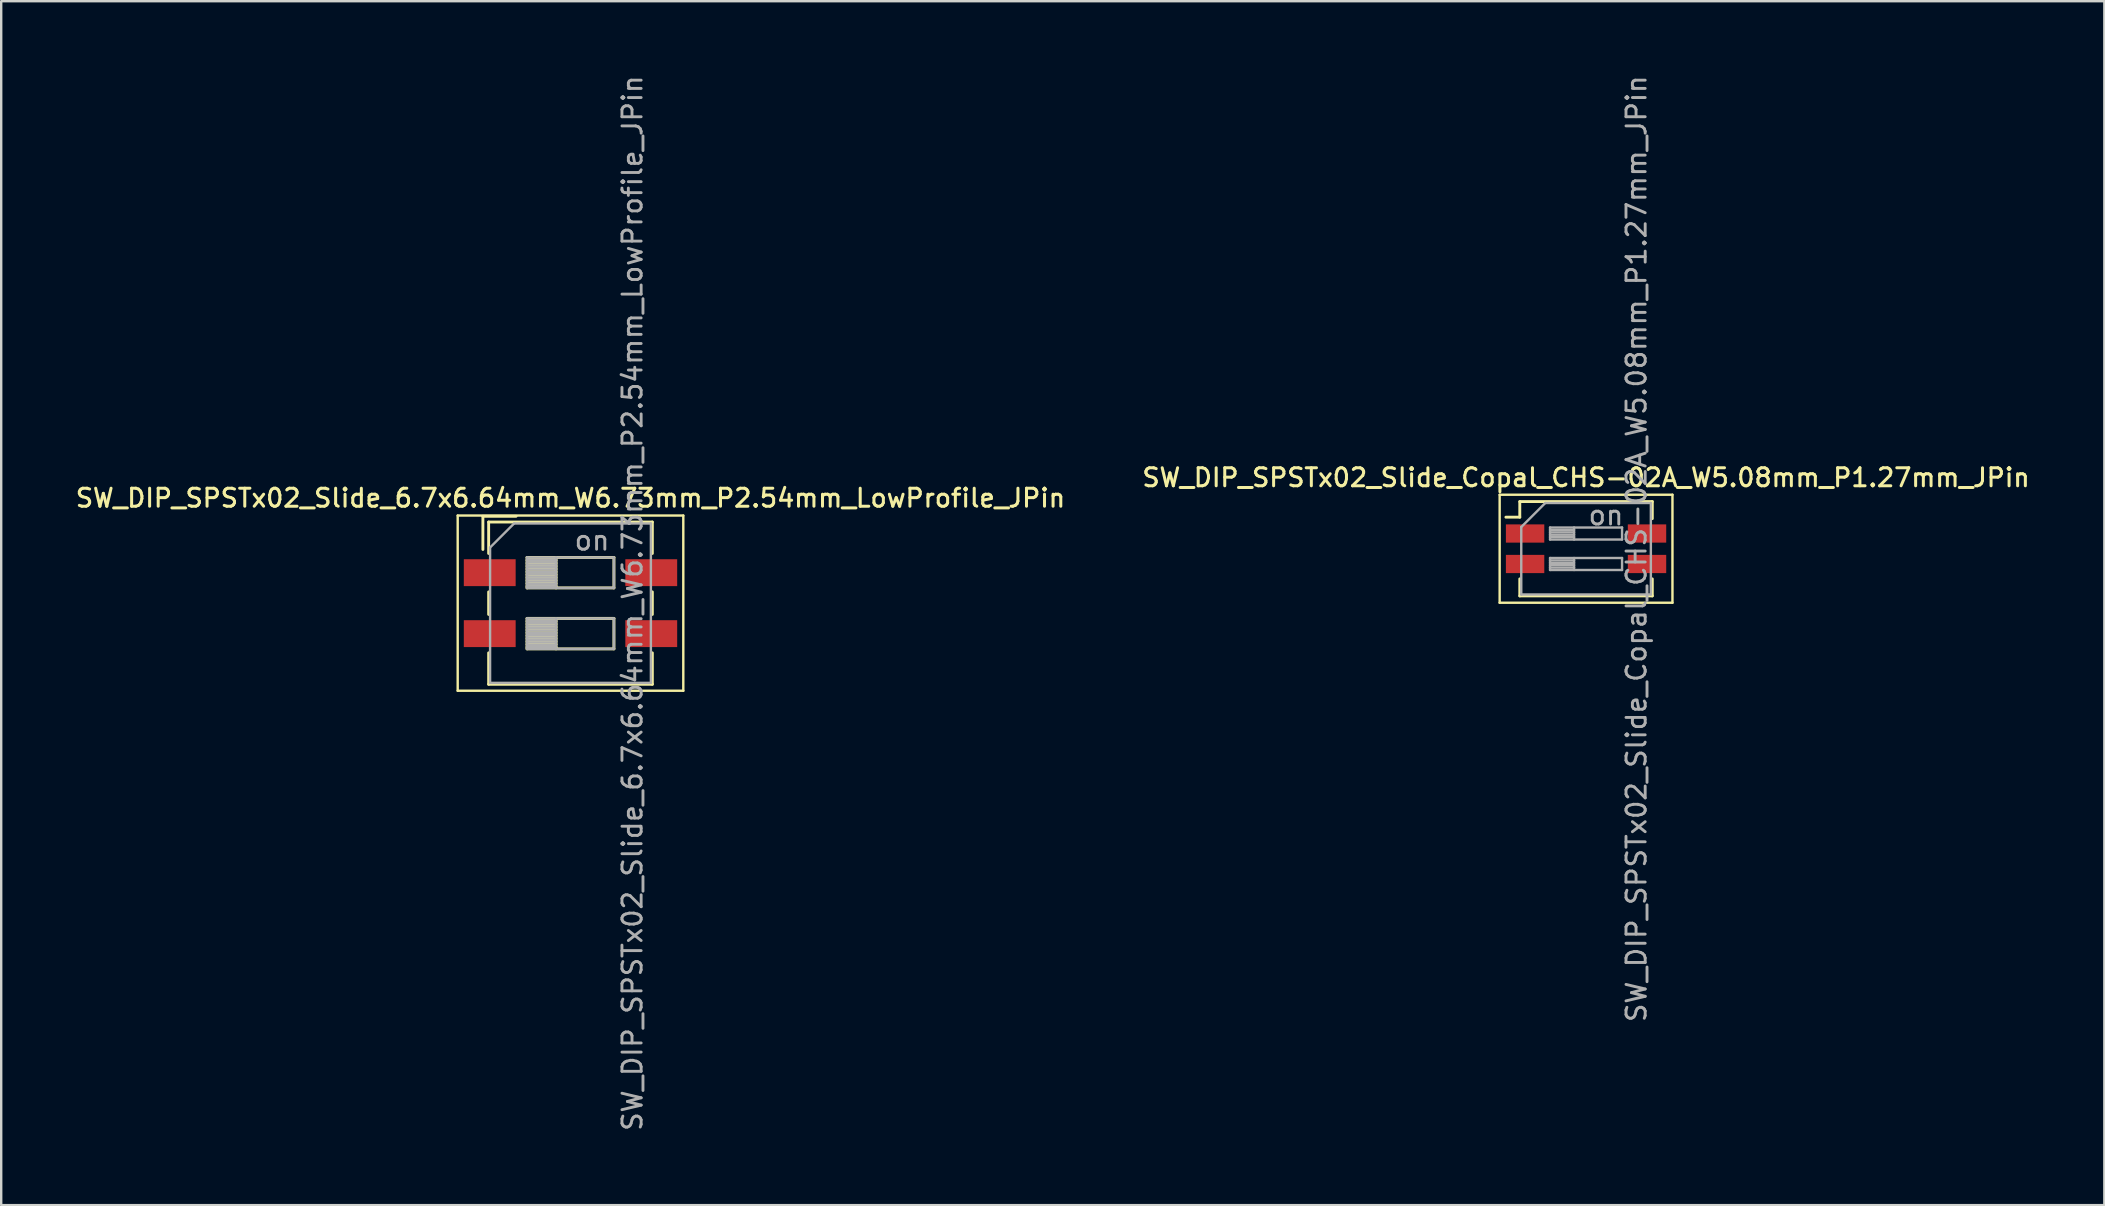
<source format=kicad_pcb>
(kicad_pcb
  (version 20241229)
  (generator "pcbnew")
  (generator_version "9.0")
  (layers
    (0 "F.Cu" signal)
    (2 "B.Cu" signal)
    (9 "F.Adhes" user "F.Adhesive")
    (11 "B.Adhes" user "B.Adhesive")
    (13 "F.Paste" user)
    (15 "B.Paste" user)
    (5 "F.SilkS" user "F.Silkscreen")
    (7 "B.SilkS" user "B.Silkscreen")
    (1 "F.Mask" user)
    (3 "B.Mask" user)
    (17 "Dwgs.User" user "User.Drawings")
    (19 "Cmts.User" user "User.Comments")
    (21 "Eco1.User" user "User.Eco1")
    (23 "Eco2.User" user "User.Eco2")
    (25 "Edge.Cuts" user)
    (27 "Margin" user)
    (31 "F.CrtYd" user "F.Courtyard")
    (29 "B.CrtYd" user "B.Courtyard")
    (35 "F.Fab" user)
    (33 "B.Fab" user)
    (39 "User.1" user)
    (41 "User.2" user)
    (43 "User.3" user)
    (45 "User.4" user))
  (footprint "SW_DIP_SPSTx02_Slide_6.7x6.64mm_W6.73mm_P2.54mm_LowProfile_JPin"
    (layer "F.Cu")
    (at 20.72 22.081)
    (property "Reference" "SW_DIP_SPSTx02_Slide_6.7x6.64mm_W6.73mm_P2.54mm_LowProfile_JPin" (at 0 -4.38 0) (layer "F.SilkS") (effects (font (size 0.75 0.75) (thickness 0.125))))
    (attr smd)
    (fp_line (start -4.7 -3.65) (end -4.7 3.65) (stroke (width 0.1) (type solid)) (layer "F.SilkS"))
    (fp_line (start -4.7 3.65) (end 4.7 3.65) (stroke (width 0.1) (type solid)) (layer "F.SilkS"))
    (fp_line (start -3.65 -3.62) (end -3.65 -2.237) (stroke (width 0.12) (type solid)) (layer "F.SilkS"))
    (fp_line (start -3.65 -3.62) (end -2.267 -3.62) (stroke (width 0.12) (type solid)) (layer "F.SilkS"))
    (fp_line (start -3.41 -3.38) (end -3.41 -2.07) (stroke (width 0.12) (type solid)) (layer "F.SilkS"))
    (fp_line (start -3.41 -3.38) (end 3.41 -3.38) (stroke (width 0.12) (type solid)) (layer "F.SilkS"))
    (fp_line (start -3.41 -0.47) (end -3.41 0.47) (stroke (width 0.12) (type solid)) (layer "F.SilkS"))
    (fp_line (start -3.41 2.07) (end -3.41 3.38) (stroke (width 0.12) (type solid)) (layer "F.SilkS"))
    (fp_line (start -3.41 3.38) (end 3.41 3.38) (stroke (width 0.12) (type solid)) (layer "F.SilkS"))
    (fp_line (start -1.81 -1.905) (end -1.81 -0.635) (stroke (width 0.12) (type solid)) (layer "F.SilkS"))
    (fp_line (start -1.81 -1.785) (end -0.603 -1.785) (stroke (width 0.12) (type solid)) (layer "F.SilkS"))
    (fp_line (start -1.81 -1.665) (end -0.603 -1.665) (stroke (width 0.12) (type solid)) (layer "F.SilkS"))
    (fp_line (start -1.81 -1.545) (end -0.603 -1.545) (stroke (width 0.12) (type solid)) (layer "F.SilkS"))
    (fp_line (start -1.81 -1.425) (end -0.603 -1.425) (stroke (width 0.12) (type solid)) (layer "F.SilkS"))
    (fp_line (start -1.81 -1.305) (end -0.603 -1.305) (stroke (width 0.12) (type solid)) (layer "F.SilkS"))
    (fp_line (start -1.81 -1.185) (end -0.603 -1.185) (stroke (width 0.12) (type solid)) (layer "F.SilkS"))
    (fp_line (start -1.81 -1.065) (end -0.603 -1.065) (stroke (width 0.12) (type solid)) (layer "F.SilkS"))
    (fp_line (start -1.81 -0.945) (end -0.603 -0.945) (stroke (width 0.12) (type solid)) (layer "F.SilkS"))
    (fp_line (start -1.81 -0.825) (end -0.603 -0.825) (stroke (width 0.12) (type solid)) (layer "F.SilkS"))
    (fp_line (start -1.81 -0.705) (end -0.603 -0.705) (stroke (width 0.12) (type solid)) (layer "F.SilkS"))
    (fp_line (start -1.81 -0.635) (end 1.81 -0.635) (stroke (width 0.12) (type solid)) (layer "F.SilkS"))
    (fp_line (start -1.81 0.635) (end -1.81 1.905) (stroke (width 0.12) (type solid)) (layer "F.SilkS"))
    (fp_line (start -1.81 0.755) (end -0.603 0.755) (stroke (width 0.12) (type solid)) (layer "F.SilkS"))
    (fp_line (start -1.81 0.875) (end -0.603 0.875) (stroke (width 0.12) (type solid)) (layer "F.SilkS"))
    (fp_line (start -1.81 0.995) (end -0.603 0.995) (stroke (width 0.12) (type solid)) (layer "F.SilkS"))
    (fp_line (start -1.81 1.115) (end -0.603 1.115) (stroke (width 0.12) (type solid)) (layer "F.SilkS"))
    (fp_line (start -1.81 1.235) (end -0.603 1.235) (stroke (width 0.12) (type solid)) (layer "F.SilkS"))
    (fp_line (start -1.81 1.355) (end -0.603 1.355) (stroke (width 0.12) (type solid)) (layer "F.SilkS"))
    (fp_line (start -1.81 1.475) (end -0.603 1.475) (stroke (width 0.12) (type solid)) (layer "F.SilkS"))
    (fp_line (start -1.81 1.595) (end -0.603 1.595) (stroke (width 0.12) (type solid)) (layer "F.SilkS"))
    (fp_line (start -1.81 1.715) (end -0.603 1.715) (stroke (width 0.12) (type solid)) (layer "F.SilkS"))
    (fp_line (start -1.81 1.835) (end -0.603 1.835) (stroke (width 0.12) (type solid)) (layer "F.SilkS"))
    (fp_line (start -1.81 1.905) (end 1.81 1.905) (stroke (width 0.12) (type solid)) (layer "F.SilkS"))
    (fp_line (start -0.603 -1.905) (end -0.603 -0.635) (stroke (width 0.12) (type solid)) (layer "F.SilkS"))
    (fp_line (start -0.603 0.635) (end -0.603 1.905) (stroke (width 0.12) (type solid)) (layer "F.SilkS"))
    (fp_line (start 1.81 -1.905) (end -1.81 -1.905) (stroke (width 0.12) (type solid)) (layer "F.SilkS"))
    (fp_line (start 1.81 -0.635) (end 1.81 -1.905) (stroke (width 0.12) (type solid)) (layer "F.SilkS"))
    (fp_line (start 1.81 0.635) (end -1.81 0.635) (stroke (width 0.12) (type solid)) (layer "F.SilkS"))
    (fp_line (start 1.81 1.905) (end 1.81 0.635) (stroke (width 0.12) (type solid)) (layer "F.SilkS"))
    (fp_line (start 3.41 -3.38) (end 3.41 -2.07) (stroke (width 0.12) (type solid)) (layer "F.SilkS"))
    (fp_line (start 3.41 -0.47) (end 3.41 0.47) (stroke (width 0.12) (type solid)) (layer "F.SilkS"))
    (fp_line (start 3.41 2.07) (end 3.41 3.38) (stroke (width 0.12) (type solid)) (layer "F.SilkS"))
    (fp_line (start 4.7 -3.65) (end -4.7 -3.65) (stroke (width 0.1) (type solid)) (layer "F.SilkS"))
    (fp_line (start 4.7 3.65) (end 4.7 -3.65) (stroke (width 0.1) (type solid)) (layer "F.SilkS"))
    (fp_line (start -3.35 -2.32) (end -2.35 -3.32) (stroke (width 0.1) (type solid)) (layer "F.Fab"))
    (fp_line (start -3.35 3.32) (end -3.35 -2.32) (stroke (width 0.1) (type solid)) (layer "F.Fab"))
    (fp_line (start -2.35 -3.32) (end 3.35 -3.32) (stroke (width 0.1) (type solid)) (layer "F.Fab"))
    (fp_line (start -1.81 -1.905) (end -1.81 -0.635) (stroke (width 0.1) (type solid)) (layer "F.Fab"))
    (fp_line (start -1.81 -1.805) (end -0.603 -1.805) (stroke (width 0.1) (type solid)) (layer "F.Fab"))
    (fp_line (start -1.81 -1.705) (end -0.603 -1.705) (stroke (width 0.1) (type solid)) (layer "F.Fab"))
    (fp_line (start -1.81 -1.605) (end -0.603 -1.605) (stroke (width 0.1) (type solid)) (layer "F.Fab"))
    (fp_line (start -1.81 -1.505) (end -0.603 -1.505) (stroke (width 0.1) (type solid)) (layer "F.Fab"))
    (fp_line (start -1.81 -1.405) (end -0.603 -1.405) (stroke (width 0.1) (type solid)) (layer "F.Fab"))
    (fp_line (start -1.81 -1.305) (end -0.603 -1.305) (stroke (width 0.1) (type solid)) (layer "F.Fab"))
    (fp_line (start -1.81 -1.205) (end -0.603 -1.205) (stroke (width 0.1) (type solid)) (layer "F.Fab"))
    (fp_line (start -1.81 -1.105) (end -0.603 -1.105) (stroke (width 0.1) (type solid)) (layer "F.Fab"))
    (fp_line (start -1.81 -1.005) (end -0.603 -1.005) (stroke (width 0.1) (type solid)) (layer "F.Fab"))
    (fp_line (start -1.81 -0.905) (end -0.603 -0.905) (stroke (width 0.1) (type solid)) (layer "F.Fab"))
    (fp_line (start -1.81 -0.805) (end -0.603 -0.805) (stroke (width 0.1) (type solid)) (layer "F.Fab"))
    (fp_line (start -1.81 -0.705) (end -0.603 -0.705) (stroke (width 0.1) (type solid)) (layer "F.Fab"))
    (fp_line (start -1.81 -0.635) (end 1.81 -0.635) (stroke (width 0.1) (type solid)) (layer "F.Fab"))
    (fp_line (start -1.81 0.635) (end -1.81 1.905) (stroke (width 0.1) (type solid)) (layer "F.Fab"))
    (fp_line (start -1.81 0.735) (end -0.603 0.735) (stroke (width 0.1) (type solid)) (layer "F.Fab"))
    (fp_line (start -1.81 0.835) (end -0.603 0.835) (stroke (width 0.1) (type solid)) (layer "F.Fab"))
    (fp_line (start -1.81 0.935) (end -0.603 0.935) (stroke (width 0.1) (type solid)) (layer "F.Fab"))
    (fp_line (start -1.81 1.035) (end -0.603 1.035) (stroke (width 0.1) (type solid)) (layer "F.Fab"))
    (fp_line (start -1.81 1.135) (end -0.603 1.135) (stroke (width 0.1) (type solid)) (layer "F.Fab"))
    (fp_line (start -1.81 1.235) (end -0.603 1.235) (stroke (width 0.1) (type solid)) (layer "F.Fab"))
    (fp_line (start -1.81 1.335) (end -0.603 1.335) (stroke (width 0.1) (type solid)) (layer "F.Fab"))
    (fp_line (start -1.81 1.435) (end -0.603 1.435) (stroke (width 0.1) (type solid)) (layer "F.Fab"))
    (fp_line (start -1.81 1.535) (end -0.603 1.535) (stroke (width 0.1) (type solid)) (layer "F.Fab"))
    (fp_line (start -1.81 1.635) (end -0.603 1.635) (stroke (width 0.1) (type solid)) (layer "F.Fab"))
    (fp_line (start -1.81 1.735) (end -0.603 1.735) (stroke (width 0.1) (type solid)) (layer "F.Fab"))
    (fp_line (start -1.81 1.835) (end -0.603 1.835) (stroke (width 0.1) (type solid)) (layer "F.Fab"))
    (fp_line (start -1.81 1.905) (end 1.81 1.905) (stroke (width 0.1) (type solid)) (layer "F.Fab"))
    (fp_line (start -0.603 -1.905) (end -0.603 -0.635) (stroke (width 0.1) (type solid)) (layer "F.Fab"))
    (fp_line (start -0.603 0.635) (end -0.603 1.905) (stroke (width 0.1) (type solid)) (layer "F.Fab"))
    (fp_line (start 1.81 -1.905) (end -1.81 -1.905) (stroke (width 0.1) (type solid)) (layer "F.Fab"))
    (fp_line (start 1.81 -0.635) (end 1.81 -1.905) (stroke (width 0.1) (type solid)) (layer "F.Fab"))
    (fp_line (start 1.81 0.635) (end -1.81 0.635) (stroke (width 0.1) (type solid)) (layer "F.Fab"))
    (fp_line (start 1.81 1.905) (end 1.81 0.635) (stroke (width 0.1) (type solid)) (layer "F.Fab"))
    (fp_line (start 3.35 -3.32) (end 3.35 3.32) (stroke (width 0.1) (type solid)) (layer "F.Fab"))
    (fp_line (start 3.35 3.32) (end -3.35 3.32) (stroke (width 0.1) (type solid)) (layer "F.Fab"))
    (fp_text user "${REFERENCE}" (at 2.58 0 90) (layer "F.Fab") (effects (font (size 0.8 0.8) (thickness 0.12))))
    (fp_text user "on" (at 0.897 -2.612 0) (layer "F.Fab") (effects (font (size 0.8 0.8) (thickness 0.12))))
    (pad "1" smd rect (at -3.365 -1.27) (size 2.16 1.12) (layers "F.Cu" "F.Mask" "F.Paste"))
    (pad "2" smd rect (at -3.365 1.27) (size 2.16 1.12) (layers "F.Cu" "F.Mask" "F.Paste"))
    (pad "3" smd rect (at 3.365 1.27) (size 2.16 1.12) (layers "F.Cu" "F.Mask" "F.Paste"))
    (pad "4" smd rect (at 3.365 -1.27) (size 2.16 1.12) (layers "F.Cu" "F.Mask" "F.Paste")))
  (footprint "SW_DIP_SPSTx02_Slide_Copal_CHS-02A_W5.08mm_P1.27mm_JPin"
    (layer "F.Cu")
    (at 63.034 19.814)
    (property "Reference" "SW_DIP_SPSTx02_Slide_Copal_CHS-02A_W5.08mm_P1.27mm_JPin" (at 0 -2.965 0) (layer "F.SilkS") (effects (font (size 0.75 0.75) (thickness 0.125))))
    (attr smd)
    (fp_line (start -3.6 -2.25) (end -3.6 2.25) (stroke (width 0.1) (type solid)) (layer "F.SilkS"))
    (fp_line (start -3.6 2.25) (end 3.6 2.25) (stroke (width 0.1) (type solid)) (layer "F.SilkS"))
    (fp_line (start -3.34 -1.315) (end -2.761 -1.315) (stroke (width 0.12) (type solid)) (layer "F.SilkS"))
    (fp_line (start -2.761 -1.965) (end -2.761 -1.315) (stroke (width 0.12) (type solid)) (layer "F.SilkS"))
    (fp_line (start -2.761 -1.965) (end 2.76 -1.965) (stroke (width 0.12) (type solid)) (layer "F.SilkS"))
    (fp_line (start -2.761 1.255) (end -2.761 1.965) (stroke (width 0.12) (type solid)) (layer "F.SilkS"))
    (fp_line (start -2.761 1.965) (end 2.76 1.965) (stroke (width 0.12) (type solid)) (layer "F.SilkS"))
    (fp_line (start 2.76 -1.965) (end 2.76 -1.255) (stroke (width 0.12) (type solid)) (layer "F.SilkS"))
    (fp_line (start 2.76 1.255) (end 2.76 1.965) (stroke (width 0.12) (type solid)) (layer "F.SilkS"))
    (fp_line (start 3.6 -2.25) (end -3.6 -2.25) (stroke (width 0.1) (type solid)) (layer "F.SilkS"))
    (fp_line (start 3.6 2.25) (end 3.6 -2.25) (stroke (width 0.1) (type solid)) (layer "F.SilkS"))
    (fp_line (start -2.7 -0.905) (end -1.7 -1.905) (stroke (width 0.1) (type solid)) (layer "F.Fab"))
    (fp_line (start -2.7 1.905) (end -2.7 -0.905) (stroke (width 0.1) (type solid)) (layer "F.Fab"))
    (fp_line (start -1.7 -1.905) (end 2.7 -1.905) (stroke (width 0.1) (type solid)) (layer "F.Fab"))
    (fp_line (start -1.5 -0.885) (end -1.5 -0.385) (stroke (width 0.1) (type solid)) (layer "F.Fab"))
    (fp_line (start -1.5 -0.785) (end -0.5 -0.785) (stroke (width 0.1) (type solid)) (layer "F.Fab"))
    (fp_line (start -1.5 -0.685) (end -0.5 -0.685) (stroke (width 0.1) (type solid)) (layer "F.Fab"))
    (fp_line (start -1.5 -0.585) (end -0.5 -0.585) (stroke (width 0.1) (type solid)) (layer "F.Fab"))
    (fp_line (start -1.5 -0.485) (end -0.5 -0.485) (stroke (width 0.1) (type solid)) (layer "F.Fab"))
    (fp_line (start -1.5 -0.385) (end 1.5 -0.385) (stroke (width 0.1) (type solid)) (layer "F.Fab"))
    (fp_line (start -1.5 0.385) (end -1.5 0.885) (stroke (width 0.1) (type solid)) (layer "F.Fab"))
    (fp_line (start -1.5 0.485) (end -0.5 0.485) (stroke (width 0.1) (type solid)) (layer "F.Fab"))
    (fp_line (start -1.5 0.585) (end -0.5 0.585) (stroke (width 0.1) (type solid)) (layer "F.Fab"))
    (fp_line (start -1.5 0.685) (end -0.5 0.685) (stroke (width 0.1) (type solid)) (layer "F.Fab"))
    (fp_line (start -1.5 0.785) (end -0.5 0.785) (stroke (width 0.1) (type solid)) (layer "F.Fab"))
    (fp_line (start -1.5 0.885) (end 1.5 0.885) (stroke (width 0.1) (type solid)) (layer "F.Fab"))
    (fp_line (start -0.5 -0.885) (end -0.5 -0.385) (stroke (width 0.1) (type solid)) (layer "F.Fab"))
    (fp_line (start -0.5 0.385) (end -0.5 0.885) (stroke (width 0.1) (type solid)) (layer "F.Fab"))
    (fp_line (start 1.5 -0.885) (end -1.5 -0.885) (stroke (width 0.1) (type solid)) (layer "F.Fab"))
    (fp_line (start 1.5 -0.385) (end 1.5 -0.885) (stroke (width 0.1) (type solid)) (layer "F.Fab"))
    (fp_line (start 1.5 0.385) (end -1.5 0.385) (stroke (width 0.1) (type solid)) (layer "F.Fab"))
    (fp_line (start 1.5 0.885) (end 1.5 0.385) (stroke (width 0.1) (type solid)) (layer "F.Fab"))
    (fp_line (start 2.7 -1.905) (end 2.7 1.905) (stroke (width 0.1) (type solid)) (layer "F.Fab"))
    (fp_line (start 2.7 1.905) (end -2.7 1.905) (stroke (width 0.1) (type solid)) (layer "F.Fab"))
    (fp_text user "on" (at 0.83 -1.395 0) (layer "F.Fab") (effects (font (size 0.8 0.8) (thickness 0.12))))
    (fp_text user "${REFERENCE}" (at 2.1 0 90) (layer "F.Fab") (effects (font (size 0.8 0.8) (thickness 0.12))))
    (pad "1" smd rect (at -2.54 -0.635) (size 1.6 0.76) (layers "F.Cu" "F.Mask" "F.Paste"))
    (pad "2" smd rect (at -2.54 0.635) (size 1.6 0.76) (layers "F.Cu" "F.Mask" "F.Paste"))
    (pad "3" smd rect (at 2.54 0.635) (size 1.6 0.76) (layers "F.Cu" "F.Mask" "F.Paste"))
    (pad "4" smd rect (at 2.54 -0.635) (size 1.6 0.76) (layers "F.Cu" "F.Mask" "F.Paste")))
  (gr_rect
    (start -3 -3)
    (end 84.629 47.162)
    (stroke (width 0.1) (type default))
    (fill no)
    (layer "Edge.Cuts")))
</source>
